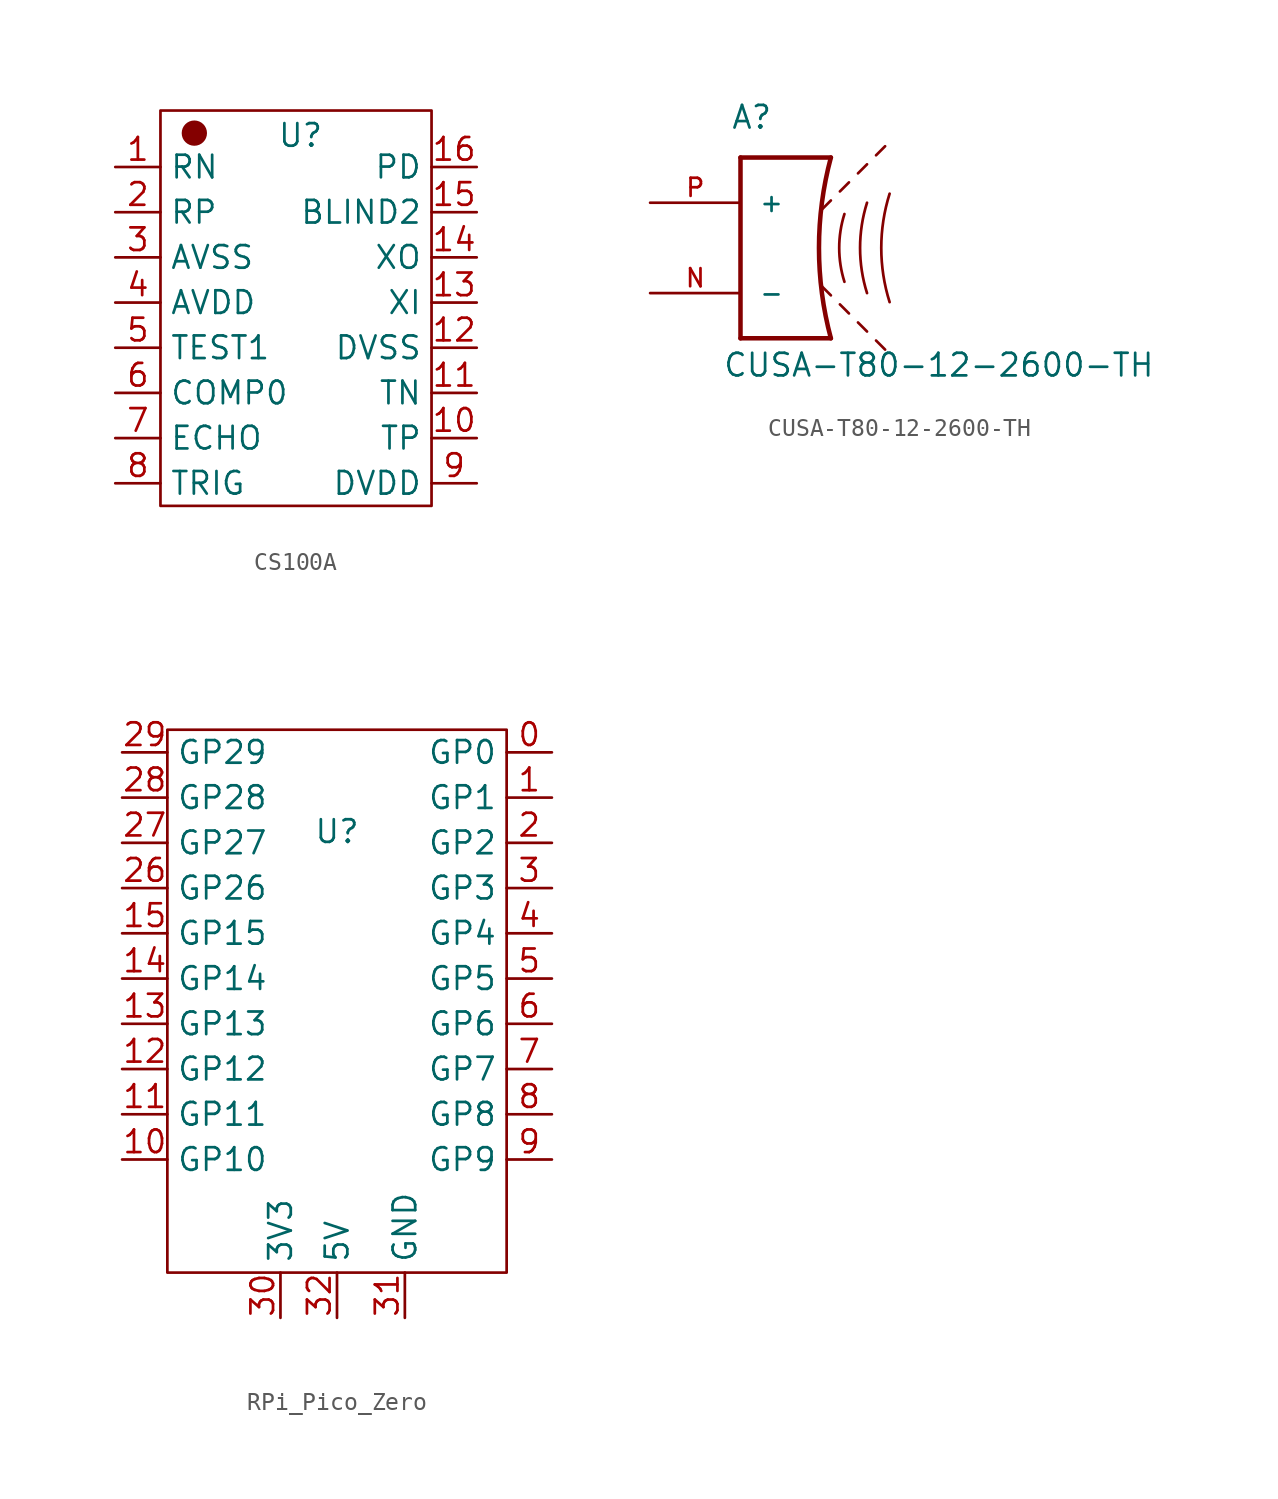
<source format=kicad_sym>
(kicad_symbol_lib
  (version 20231120)
  (generator "kicad_symbol_editor")
  (generator_version "8.0")
  (symbol "CS100A"
    (property "Reference" "U"
      (at 1.524 6.858 0)
      (effects (font (size 1.27 1.27))))
    (property "Value" ""
      (at 0 0 0)
      (effects (font (size 1.27 1.27))))
    (symbol "CS100A_0_1"
      (rectangle (start -6.35 8.255) (end 8.89 -13.97) (stroke (width 0) (type default)) (fill (type none)))
      (circle (center -4.445 6.985) (radius 0.635) (stroke (width 0) (type default)) (fill (type outline))))
    (symbol "CS100A_1_1"
      (pin input line (at -8.89 5.08 0) (length 2.54) (name "RN" (effects (font (size 1.27 1.27)))) (number "1" (effects (font (size 1.27 1.27)))))
      (pin output line (at 11.43 -10.16 180) (length 2.54) (name "TP" (effects (font (size 1.27 1.27)))) (number "10" (effects (font (size 1.27 1.27)))))
      (pin output line (at 11.43 -7.62 180) (length 2.54) (name "TN" (effects (font (size 1.27 1.27)))) (number "11" (effects (font (size 1.27 1.27)))))
      (pin power_in line (at 11.43 -5.08 180) (length 2.54) (name "DVSS" (effects (font (size 1.27 1.27)))) (number "12" (effects (font (size 1.27 1.27)))))
      (pin input line (at 11.43 -2.54 180) (length 2.54) (name "XI" (effects (font (size 1.27 1.27)))) (number "13" (effects (font (size 1.27 1.27)))))
      (pin input line (at 11.43 0 180) (length 2.54) (name "XO" (effects (font (size 1.27 1.27)))) (number "14" (effects (font (size 1.27 1.27)))))
      (pin input line (at 11.43 2.54 180) (length 2.54) (name "BLIND2" (effects (font (size 1.27 1.27)))) (number "15" (effects (font (size 1.27 1.27)))))
      (pin input line (at 11.43 5.08 180) (length 2.54) (name "PD" (effects (font (size 1.27 1.27)))) (number "16" (effects (font (size 1.27 1.27)))))
      (pin input line (at -8.89 2.54 0) (length 2.54) (name "RP" (effects (font (size 1.27 1.27)))) (number "2" (effects (font (size 1.27 1.27)))))
      (pin power_in line (at -8.89 0 0) (length 2.54) (name "AVSS" (effects (font (size 1.27 1.27)))) (number "3" (effects (font (size 1.27 1.27)))))
      (pin power_in line (at -8.89 -2.54 0) (length 2.54) (name "AVDD" (effects (font (size 1.27 1.27)))) (number "4" (effects (font (size 1.27 1.27)))))
      (pin output line (at -8.89 -5.08 0) (length 2.54) (name "TEST1" (effects (font (size 1.27 1.27)))) (number "5" (effects (font (size 1.27 1.27)))))
      (pin output line (at -8.89 -7.62 0) (length 2.54) (name "COMP0" (effects (font (size 1.27 1.27)))) (number "6" (effects (font (size 1.27 1.27)))))
      (pin output line (at -8.89 -10.16 0) (length 2.54) (name "ECHO" (effects (font (size 1.27 1.27)))) (number "7" (effects (font (size 1.27 1.27)))))
      (pin input line (at -8.89 -12.7 0) (length 2.54) (name "TRIG" (effects (font (size 1.27 1.27)))) (number "8" (effects (font (size 1.27 1.27)))))
      (pin power_in line (at 11.43 -12.7 180) (length 2.54) (name "DVDD" (effects (font (size 1.27 1.27)))) (number "9" (effects (font (size 1.27 1.27)))))))
  (symbol "CUSA-T80-12-2600-TH"
    (pin_names
      (offset 1.016))
    (property "Reference" "A"
      (at -3.099 6.604 0)
      (effects (font (size 1.27 1.27)) (justify left bottom)))
    (property "Value" "CUSA-T80-12-2600-TH"
      (at -3.556 -5.842 0)
      (effects (font (size 1.27 1.27)) (justify left top)))
    (symbol "CUSA-T80-12-2600-TH_0_0"
      (polyline (pts (xy -2.54 -5.08) (xy -2.54 5.08)) (stroke (width 0.254) (type default)) (fill (type none)))
      (polyline (pts (xy -2.54 5.08) (xy 2.54 5.08)) (stroke (width 0.254) (type default)) (fill (type none)))
      (polyline (pts (xy 2.032 -2.159) (xy 2.54 -2.667)) (stroke (width 0.152) (type default)) (fill (type none)))
      (polyline (pts (xy 2.032 2.159) (xy 2.54 2.667)) (stroke (width 0.152) (type default)) (fill (type none)))
      (polyline (pts (xy 2.54 -5.08) (xy -2.54 -5.08)) (stroke (width 0.254) (type default)) (fill (type none)))
      (polyline (pts (xy 3.048 3.175) (xy 3.556 3.683)) (stroke (width 0.152) (type default)) (fill (type none)))
      (polyline (pts (xy 3.556 -3.683) (xy 3.048 -3.175)) (stroke (width 0.152) (type default)) (fill (type none)))
      (polyline (pts (xy 4.064 4.191) (xy 4.572 4.699)) (stroke (width 0.152) (type default)) (fill (type none)))
      (polyline (pts (xy 4.572 -4.699) (xy 4.064 -4.191)) (stroke (width 0.152) (type default)) (fill (type none)))
      (polyline (pts (xy 5.08 5.207) (xy 5.588 5.715)) (stroke (width 0.152) (type default)) (fill (type none)))
      (polyline (pts (xy 5.588 -5.715) (xy 5.08 -5.207)) (stroke (width 0.152) (type default)) (fill (type none)))
      (arc (start 2.54 5.08) (mid 1.8712 0) (end 2.54 -5.08) (stroke (width 0.254) (type default)) (fill (type none)))
      (arc (start 3.302 1.905) (mid 3.0088 0) (end 3.302 -1.905) (stroke (width 0.1524) (type default)) (fill (type none)))
      (arc (start 4.572 2.54) (mid 4.1812 0) (end 4.572 -2.54) (stroke (width 0.1524) (type default)) (fill (type none)))
      (arc (start 5.842 3.048) (mid 5.3729 0) (end 5.842 -3.048) (stroke (width 0.1524) (type default)) (fill (type none)))
      (pin passive line (at -7.62 -2.54 0) (length 5.08) (name "-" (effects (font (size 1.016 1.016)))) (number "N" (effects (font (size 1.016 1.016)))))
      (pin passive line (at -7.62 2.54 0) (length 5.08) (name "+" (effects (font (size 1.016 1.016)))) (number "P" (effects (font (size 1.016 1.016)))))))
  (symbol "RPi_Pico_Zero"
    (property "Reference" "U"
      (at -4.445 0.635 0)
      (effects (font (size 1.27 1.27))))
    (property "Value" ""
      (at 0 0 0)
      (effects (font (size 1.27 1.27))))
    (symbol "RPi_Pico_Zero_0_1"
      (rectangle (start -13.97 6.35) (end 5.08 -24.13) (stroke (width 0) (type default)) (fill (type none))))
    (symbol "RPi_Pico_Zero_1_1"
      (pin input line (at 7.62 5.08 180) (length 2.54) (name "GP0" (effects (font (size 1.27 1.27)))) (number "0" (effects (font (size 1.27 1.27)))))
      (pin input line (at 7.62 2.54 180) (length 2.54) (name "GP1" (effects (font (size 1.27 1.27)))) (number "1" (effects (font (size 1.27 1.27)))))
      (pin input line (at -16.51 -17.78 0) (length 2.54) (name "GP10" (effects (font (size 1.27 1.27)))) (number "10" (effects (font (size 1.27 1.27)))))
      (pin input line (at -16.51 -15.24 0) (length 2.54) (name "GP11" (effects (font (size 1.27 1.27)))) (number "11" (effects (font (size 1.27 1.27)))))
      (pin input line (at -16.51 -12.7 0) (length 2.54) (name "GP12" (effects (font (size 1.27 1.27)))) (number "12" (effects (font (size 1.27 1.27)))))
      (pin input line (at -16.51 -10.16 0) (length 2.54) (name "GP13" (effects (font (size 1.27 1.27)))) (number "13" (effects (font (size 1.27 1.27)))))
      (pin input line (at -16.51 -7.62 0) (length 2.54) (name "GP14" (effects (font (size 1.27 1.27)))) (number "14" (effects (font (size 1.27 1.27)))))
      (pin input line (at -16.51 -5.08 0) (length 2.54) (name "GP15" (effects (font (size 1.27 1.27)))) (number "15" (effects (font (size 1.27 1.27)))))
      (pin input line (at 7.62 0 180) (length 2.54) (name "GP2" (effects (font (size 1.27 1.27)))) (number "2" (effects (font (size 1.27 1.27)))))
      (pin input line (at -16.51 -2.54 0) (length 2.54) (name "GP26" (effects (font (size 1.27 1.27)))) (number "26" (effects (font (size 1.27 1.27)))))
      (pin input line (at -16.51 0 0) (length 2.54) (name "GP27" (effects (font (size 1.27 1.27)))) (number "27" (effects (font (size 1.27 1.27)))))
      (pin input line (at -16.51 2.54 0) (length 2.54) (name "GP28" (effects (font (size 1.27 1.27)))) (number "28" (effects (font (size 1.27 1.27)))))
      (pin input line (at -16.51 5.08 0) (length 2.54) (name "GP29" (effects (font (size 1.27 1.27)))) (number "29" (effects (font (size 1.27 1.27)))))
      (pin input line (at 7.62 -2.54 180) (length 2.54) (name "GP3" (effects (font (size 1.27 1.27)))) (number "3" (effects (font (size 1.27 1.27)))))
      (pin input line (at -7.62 -26.67 90) (length 2.54) (name "3V3" (effects (font (size 1.27 1.27)))) (number "30" (effects (font (size 1.27 1.27)))))
      (pin input line (at -0.635 -26.67 90) (length 2.54) (name "GND" (effects (font (size 1.27 1.27)))) (number "31" (effects (font (size 1.27 1.27)))))
      (pin input line (at -4.445 -26.67 90) (length 2.54) (name "5V" (effects (font (size 1.27 1.27)))) (number "32" (effects (font (size 1.27 1.27)))))
      (pin input line (at 7.62 -5.08 180) (length 2.54) (name "GP4" (effects (font (size 1.27 1.27)))) (number "4" (effects (font (size 1.27 1.27)))))
      (pin input line (at 7.62 -7.62 180) (length 2.54) (name "GP5" (effects (font (size 1.27 1.27)))) (number "5" (effects (font (size 1.27 1.27)))))
      (pin input line (at 7.62 -10.16 180) (length 2.54) (name "GP6" (effects (font (size 1.27 1.27)))) (number "6" (effects (font (size 1.27 1.27)))))
      (pin input line (at 7.62 -12.7 180) (length 2.54) (name "GP7" (effects (font (size 1.27 1.27)))) (number "7" (effects (font (size 1.27 1.27)))))
      (pin input line (at 7.62 -15.24 180) (length 2.54) (name "GP8" (effects (font (size 1.27 1.27)))) (number "8" (effects (font (size 1.27 1.27)))))
      (pin input line (at 7.62 -17.78 180) (length 2.54) (name "GP9" (effects (font (size 1.27 1.27)))) (number "9" (effects (font (size 1.27 1.27))))))))
</source>
